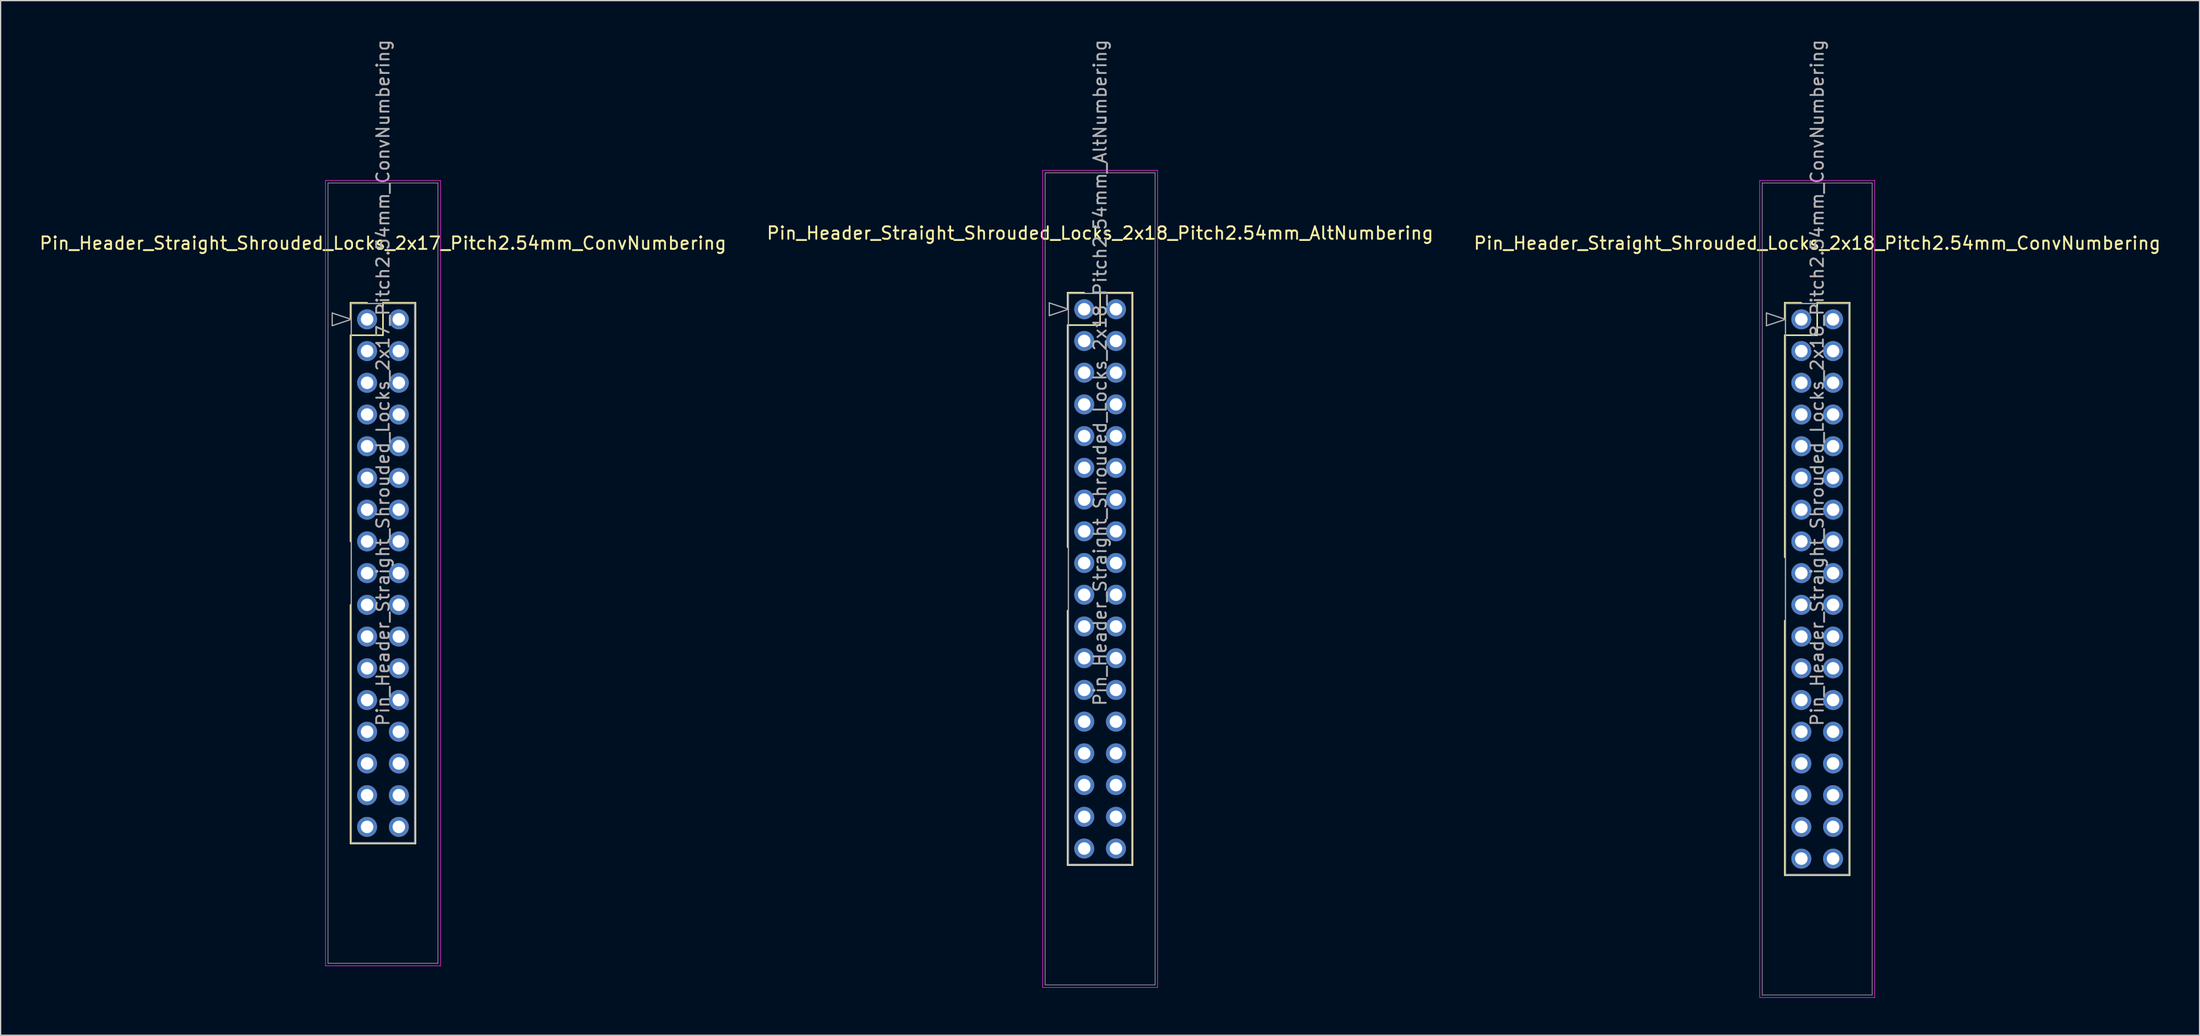
<source format=kicad_pcb>
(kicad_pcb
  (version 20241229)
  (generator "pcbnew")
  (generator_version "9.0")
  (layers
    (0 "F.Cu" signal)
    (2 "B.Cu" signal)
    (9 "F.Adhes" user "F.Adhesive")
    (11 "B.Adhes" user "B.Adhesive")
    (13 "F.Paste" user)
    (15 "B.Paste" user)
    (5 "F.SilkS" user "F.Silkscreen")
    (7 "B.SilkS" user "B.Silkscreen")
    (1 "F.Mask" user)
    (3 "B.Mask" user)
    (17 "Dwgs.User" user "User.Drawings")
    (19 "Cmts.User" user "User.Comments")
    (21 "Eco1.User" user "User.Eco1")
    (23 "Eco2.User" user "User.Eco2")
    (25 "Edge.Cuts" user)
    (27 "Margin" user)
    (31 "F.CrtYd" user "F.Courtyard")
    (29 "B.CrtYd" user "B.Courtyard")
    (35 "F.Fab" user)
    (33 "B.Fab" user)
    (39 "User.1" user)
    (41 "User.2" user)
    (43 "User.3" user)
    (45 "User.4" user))
  (footprint "Pin_Header_Straight_Shrouded_Locks_2x17_Pitch2.54mm_ConvNumbering"
    (layer "F.Cu")
    (at 26.331 22.521)
    (property "Reference" "Pin_Header_Straight_Shrouded_Locks_2x17_Pitch2.54mm_ConvNumbering" (at 1.27 -6.096 0) (layer "F.SilkS") (effects (font (size 1 1) (thickness 0.15))))
    (attr through_hole)
    (fp_line (start -1.33 -1.33) (end 0 -1.33) (stroke (width 0.12) (type solid)) (layer "F.SilkS"))
    (fp_line (start -1.33 0) (end -1.33 -1.33) (stroke (width 0.12) (type solid)) (layer "F.SilkS"))
    (fp_line (start -1.33 1.27) (end -1.33 17.78) (stroke (width 0.12) (type solid)) (layer "F.SilkS"))
    (fp_line (start -1.33 1.27) (end 1.27 1.27) (stroke (width 0.12) (type solid)) (layer "F.SilkS"))
    (fp_line (start -1.33 22.86) (end -1.33 41.97) (stroke (width 0.12) (type solid)) (layer "F.SilkS"))
    (fp_line (start -1.33 41.97) (end 3.87 41.97) (stroke (width 0.12) (type solid)) (layer "F.SilkS"))
    (fp_line (start 1.27 -1.33) (end 3.87 -1.33) (stroke (width 0.12) (type solid)) (layer "F.SilkS"))
    (fp_line (start 1.27 1.27) (end 1.27 -1.33) (stroke (width 0.12) (type solid)) (layer "F.SilkS"))
    (fp_line (start 3.87 -1.33) (end 3.87 41.97) (stroke (width 0.12) (type solid)) (layer "F.SilkS"))
    (fp_line (start -3.33 -11.12) (end -3.33 51.76) (stroke (width 0.05) (type solid)) (layer "F.CrtYd"))
    (fp_line (start -3.33 51.76) (end 5.87 51.76) (stroke (width 0.05) (type solid)) (layer "F.CrtYd"))
    (fp_line (start 5.87 -11.12) (end -3.33 -11.12) (stroke (width 0.05) (type solid)) (layer "F.CrtYd"))
    (fp_line (start 5.87 51.76) (end 5.87 -11.12) (stroke (width 0.05) (type solid)) (layer "F.CrtYd"))
    (fp_line (start -3.13 -10.92) (end -3.13 51.56) (stroke (width 0.05) (type solid)) (layer "F.Fab"))
    (fp_line (start -3.13 51.56) (end 5.67 51.56) (stroke (width 0.05) (type solid)) (layer "F.Fab"))
    (fp_line (start -2.794 -0.508) (end -1.27 0) (stroke (width 0.1) (type solid)) (layer "F.Fab"))
    (fp_line (start -2.794 0.508) (end -2.794 -0.508) (stroke (width 0.1) (type solid)) (layer "F.Fab"))
    (fp_line (start -1.27 -1.27) (end -1.27 41.91) (stroke (width 0.1) (type solid)) (layer "F.Fab"))
    (fp_line (start -1.27 0) (end -2.794 0.508) (stroke (width 0.1) (type solid)) (layer "F.Fab"))
    (fp_line (start -1.27 41.91) (end 3.81 41.91) (stroke (width 0.1) (type solid)) (layer "F.Fab"))
    (fp_line (start 3.81 -1.27) (end -1.27 -1.27) (stroke (width 0.1) (type solid)) (layer "F.Fab"))
    (fp_line (start 3.81 41.91) (end 3.81 -1.27) (stroke (width 0.1) (type solid)) (layer "F.Fab"))
    (fp_line (start 5.67 -10.92) (end -3.13 -10.92) (stroke (width 0.05) (type solid)) (layer "F.Fab"))
    (fp_line (start 5.67 51.56) (end 5.67 -10.92) (stroke (width 0.05) (type solid)) (layer "F.Fab"))
    (fp_text user "${REFERENCE}" (at 1.27 5.08 90) (layer "F.Fab") (effects (font (size 1 1) (thickness 0.15))))
    (pad "1" thru_hole oval (at 0 0) (size 1.6 1.6) (drill 1) (layers "*.Cu" "*.Mask"))
    (pad "2" thru_hole oval (at 2.54 0) (size 1.6 1.6) (drill 1) (layers "*.Cu" "*.Mask"))
    (pad "3" thru_hole oval (at 0 2.54) (size 1.6 1.6) (drill 1) (layers "*.Cu" "*.Mask"))
    (pad "4" thru_hole oval (at 2.54 2.54) (size 1.6 1.6) (drill 1) (layers "*.Cu" "*.Mask"))
    (pad "5" thru_hole oval (at 0 5.08) (size 1.6 1.6) (drill 1) (layers "*.Cu" "*.Mask"))
    (pad "6" thru_hole oval (at 2.54 5.08) (size 1.6 1.6) (drill 1) (layers "*.Cu" "*.Mask"))
    (pad "7" thru_hole oval (at 0 7.62) (size 1.6 1.6) (drill 1) (layers "*.Cu" "*.Mask"))
    (pad "8" thru_hole oval (at 2.54 7.62) (size 1.6 1.6) (drill 1) (layers "*.Cu" "*.Mask"))
    (pad "9" thru_hole oval (at 0 10.16) (size 1.6 1.6) (drill 1) (layers "*.Cu" "*.Mask"))
    (pad "10" thru_hole oval (at 2.54 10.16) (size 1.6 1.6) (drill 1) (layers "*.Cu" "*.Mask"))
    (pad "11" thru_hole oval (at 0 12.7) (size 1.6 1.6) (drill 1) (layers "*.Cu" "*.Mask"))
    (pad "12" thru_hole oval (at 2.54 12.7) (size 1.6 1.6) (drill 1) (layers "*.Cu" "*.Mask"))
    (pad "13" thru_hole oval (at 0 15.24) (size 1.6 1.6) (drill 1) (layers "*.Cu" "*.Mask"))
    (pad "14" thru_hole oval (at 2.54 15.24) (size 1.6 1.6) (drill 1) (layers "*.Cu" "*.Mask"))
    (pad "15" thru_hole oval (at 0 17.78) (size 1.6 1.6) (drill 1) (layers "*.Cu" "*.Mask"))
    (pad "16" thru_hole oval (at 2.54 17.78) (size 1.6 1.6) (drill 1) (layers "*.Cu" "*.Mask"))
    (pad "17" thru_hole oval (at 0 20.32) (size 1.6 1.6) (drill 1) (layers "*.Cu" "*.Mask"))
    (pad "18" thru_hole oval (at 2.54 20.32) (size 1.6 1.6) (drill 1) (layers "*.Cu" "*.Mask"))
    (pad "19" thru_hole oval (at 0 22.86) (size 1.6 1.6) (drill 1) (layers "*.Cu" "*.Mask"))
    (pad "20" thru_hole oval (at 2.54 22.86) (size 1.6 1.6) (drill 1) (layers "*.Cu" "*.Mask"))
    (pad "21" thru_hole oval (at 0 25.4) (size 1.6 1.6) (drill 1) (layers "*.Cu" "*.Mask"))
    (pad "22" thru_hole oval (at 2.54 25.4) (size 1.6 1.6) (drill 1) (layers "*.Cu" "*.Mask"))
    (pad "23" thru_hole oval (at 0 27.94) (size 1.6 1.6) (drill 1) (layers "*.Cu" "*.Mask"))
    (pad "24" thru_hole oval (at 2.54 27.94) (size 1.6 1.6) (drill 1) (layers "*.Cu" "*.Mask"))
    (pad "25" thru_hole oval (at 0 30.48) (size 1.6 1.6) (drill 1) (layers "*.Cu" "*.Mask"))
    (pad "26" thru_hole oval (at 2.54 30.48) (size 1.6 1.6) (drill 1) (layers "*.Cu" "*.Mask"))
    (pad "27" thru_hole oval (at 0 33.02) (size 1.6 1.6) (drill 1) (layers "*.Cu" "*.Mask"))
    (pad "28" thru_hole oval (at 2.54 33.02) (size 1.6 1.6) (drill 1) (layers "*.Cu" "*.Mask"))
    (pad "29" thru_hole oval (at 0 35.56) (size 1.6 1.6) (drill 1) (layers "*.Cu" "*.Mask"))
    (pad "30" thru_hole oval (at 2.54 35.56) (size 1.6 1.6) (drill 1) (layers "*.Cu" "*.Mask"))
    (pad "31" thru_hole oval (at 0 38.1) (size 1.6 1.6) (drill 1) (layers "*.Cu" "*.Mask"))
    (pad "32" thru_hole oval (at 2.54 38.1) (size 1.6 1.6) (drill 1) (layers "*.Cu" "*.Mask"))
    (pad "33" thru_hole oval (at 0 40.64) (size 1.6 1.6) (drill 1) (layers "*.Cu" "*.Mask"))
    (pad "34" thru_hole oval (at 2.54 40.64) (size 1.6 1.6) (drill 1) (layers "*.Cu" "*.Mask")))
  (footprint "Pin_Header_Straight_Shrouded_Locks_2x18_Pitch2.54mm_AltNumbering"
    (layer "F.Cu")
    (at 83.724 21.712)
    (property "Reference" "Pin_Header_Straight_Shrouded_Locks_2x18_Pitch2.54mm_AltNumbering" (at 1.27 -6.096 0) (layer "F.SilkS") (effects (font (size 1 1) (thickness 0.15))))
    (attr through_hole)
    (fp_line (start -1.33 -1.33) (end 0 -1.33) (stroke (width 0.12) (type solid)) (layer "F.SilkS"))
    (fp_line (start -1.33 0) (end -1.33 -1.33) (stroke (width 0.12) (type solid)) (layer "F.SilkS"))
    (fp_line (start -1.33 1.27) (end -1.33 19.05) (stroke (width 0.12) (type solid)) (layer "F.SilkS"))
    (fp_line (start -1.33 1.27) (end 1.27 1.27) (stroke (width 0.12) (type solid)) (layer "F.SilkS"))
    (fp_line (start -1.33 24.13) (end -1.33 44.51) (stroke (width 0.12) (type solid)) (layer "F.SilkS"))
    (fp_line (start -1.33 44.51) (end 3.87 44.51) (stroke (width 0.12) (type solid)) (layer "F.SilkS"))
    (fp_line (start 1.27 -1.33) (end 3.87 -1.33) (stroke (width 0.12) (type solid)) (layer "F.SilkS"))
    (fp_line (start 1.27 1.27) (end 1.27 -1.33) (stroke (width 0.12) (type solid)) (layer "F.SilkS"))
    (fp_line (start 3.87 -1.33) (end 3.87 44.51) (stroke (width 0.12) (type solid)) (layer "F.SilkS"))
    (fp_line (start -3.33 -11.12) (end -3.33 54.3) (stroke (width 0.05) (type solid)) (layer "F.CrtYd"))
    (fp_line (start -3.33 54.3) (end 5.87 54.3) (stroke (width 0.05) (type solid)) (layer "F.CrtYd"))
    (fp_line (start 5.87 -11.12) (end -3.33 -11.12) (stroke (width 0.05) (type solid)) (layer "F.CrtYd"))
    (fp_line (start 5.87 54.3) (end 5.87 -11.12) (stroke (width 0.05) (type solid)) (layer "F.CrtYd"))
    (fp_line (start -3.13 -10.92) (end -3.13 54.1) (stroke (width 0.05) (type solid)) (layer "F.Fab"))
    (fp_line (start -3.13 54.1) (end 5.67 54.1) (stroke (width 0.05) (type solid)) (layer "F.Fab"))
    (fp_line (start -2.794 -0.508) (end -1.27 0) (stroke (width 0.1) (type solid)) (layer "F.Fab"))
    (fp_line (start -2.794 0.508) (end -2.794 -0.508) (stroke (width 0.1) (type solid)) (layer "F.Fab"))
    (fp_line (start -1.27 -1.27) (end -1.27 44.45) (stroke (width 0.1) (type solid)) (layer "F.Fab"))
    (fp_line (start -1.27 0) (end -2.794 0.508) (stroke (width 0.1) (type solid)) (layer "F.Fab"))
    (fp_line (start -1.27 44.45) (end 3.81 44.45) (stroke (width 0.1) (type solid)) (layer "F.Fab"))
    (fp_line (start 3.81 -1.27) (end -1.27 -1.27) (stroke (width 0.1) (type solid)) (layer "F.Fab"))
    (fp_line (start 3.81 44.45) (end 3.81 -1.27) (stroke (width 0.1) (type solid)) (layer "F.Fab"))
    (fp_line (start 5.67 -10.92) (end -3.13 -10.92) (stroke (width 0.05) (type solid)) (layer "F.Fab"))
    (fp_line (start 5.67 54.1) (end 5.67 -10.92) (stroke (width 0.05) (type solid)) (layer "F.Fab"))
    (fp_text user "${REFERENCE}" (at 1.27 5.08 90) (layer "F.Fab") (effects (font (size 1 1) (thickness 0.15))))
    (pad "1" thru_hole oval (at 0 0) (size 1.6 1.6) (drill 1) (layers "*.Cu" "*.Mask"))
    (pad "2" thru_hole oval (at 0 2.54) (size 1.6 1.6) (drill 1) (layers "*.Cu" "*.Mask"))
    (pad "3" thru_hole oval (at 0 5.08) (size 1.6 1.6) (drill 1) (layers "*.Cu" "*.Mask"))
    (pad "4" thru_hole oval (at 0 7.62) (size 1.6 1.6) (drill 1) (layers "*.Cu" "*.Mask"))
    (pad "5" thru_hole oval (at 0 10.16) (size 1.6 1.6) (drill 1) (layers "*.Cu" "*.Mask"))
    (pad "6" thru_hole oval (at 0 12.7) (size 1.6 1.6) (drill 1) (layers "*.Cu" "*.Mask"))
    (pad "7" thru_hole oval (at 0 15.24) (size 1.6 1.6) (drill 1) (layers "*.Cu" "*.Mask"))
    (pad "8" thru_hole oval (at 0 17.78) (size 1.6 1.6) (drill 1) (layers "*.Cu" "*.Mask"))
    (pad "9" thru_hole oval (at 0 20.32) (size 1.6 1.6) (drill 1) (layers "*.Cu" "*.Mask"))
    (pad "10" thru_hole oval (at 0 22.86) (size 1.6 1.6) (drill 1) (layers "*.Cu" "*.Mask"))
    (pad "11" thru_hole oval (at 0 25.4) (size 1.6 1.6) (drill 1) (layers "*.Cu" "*.Mask"))
    (pad "12" thru_hole oval (at 0 27.94) (size 1.6 1.6) (drill 1) (layers "*.Cu" "*.Mask"))
    (pad "13" thru_hole oval (at 0 30.48) (size 1.6 1.6) (drill 1) (layers "*.Cu" "*.Mask"))
    (pad "14" thru_hole oval (at 0 33.02) (size 1.6 1.6) (drill 1) (layers "*.Cu" "*.Mask"))
    (pad "15" thru_hole oval (at 0 35.56) (size 1.6 1.6) (drill 1) (layers "*.Cu" "*.Mask"))
    (pad "16" thru_hole oval (at 0 38.1) (size 1.6 1.6) (drill 1) (layers "*.Cu" "*.Mask"))
    (pad "17" thru_hole oval (at 0 40.64) (size 1.6 1.6) (drill 1) (layers "*.Cu" "*.Mask"))
    (pad "18" thru_hole oval (at 0 43.18) (size 1.6 1.6) (drill 1) (layers "*.Cu" "*.Mask"))
    (pad "19" thru_hole oval (at 2.54 0) (size 1.6 1.6) (drill 1) (layers "*.Cu" "*.Mask"))
    (pad "20" thru_hole oval (at 2.54 2.54) (size 1.6 1.6) (drill 1) (layers "*.Cu" "*.Mask"))
    (pad "21" thru_hole oval (at 2.54 5.08) (size 1.6 1.6) (drill 1) (layers "*.Cu" "*.Mask"))
    (pad "22" thru_hole oval (at 2.54 7.62) (size 1.6 1.6) (drill 1) (layers "*.Cu" "*.Mask"))
    (pad "23" thru_hole oval (at 2.54 10.16) (size 1.6 1.6) (drill 1) (layers "*.Cu" "*.Mask"))
    (pad "24" thru_hole oval (at 2.54 12.7) (size 1.6 1.6) (drill 1) (layers "*.Cu" "*.Mask"))
    (pad "25" thru_hole oval (at 2.54 15.24) (size 1.6 1.6) (drill 1) (layers "*.Cu" "*.Mask"))
    (pad "26" thru_hole oval (at 2.54 17.78) (size 1.6 1.6) (drill 1) (layers "*.Cu" "*.Mask"))
    (pad "27" thru_hole oval (at 2.54 20.32) (size 1.6 1.6) (drill 1) (layers "*.Cu" "*.Mask"))
    (pad "28" thru_hole oval (at 2.54 22.86) (size 1.6 1.6) (drill 1) (layers "*.Cu" "*.Mask"))
    (pad "29" thru_hole oval (at 2.54 25.4) (size 1.6 1.6) (drill 1) (layers "*.Cu" "*.Mask"))
    (pad "30" thru_hole oval (at 2.54 27.94) (size 1.6 1.6) (drill 1) (layers "*.Cu" "*.Mask"))
    (pad "31" thru_hole oval (at 2.54 30.48) (size 1.6 1.6) (drill 1) (layers "*.Cu" "*.Mask"))
    (pad "32" thru_hole oval (at 2.54 33.02) (size 1.6 1.6) (drill 1) (layers "*.Cu" "*.Mask"))
    (pad "33" thru_hole oval (at 2.54 35.56) (size 1.6 1.6) (drill 1) (layers "*.Cu" "*.Mask"))
    (pad "34" thru_hole oval (at 2.54 38.1) (size 1.6 1.6) (drill 1) (layers "*.Cu" "*.Mask"))
    (pad "35" thru_hole oval (at 2.54 40.64) (size 1.6 1.6) (drill 1) (layers "*.Cu" "*.Mask"))
    (pad "36" thru_hole oval (at 2.54 43.18) (size 1.6 1.6) (drill 1) (layers "*.Cu" "*.Mask")))
  (footprint "Pin_Header_Straight_Shrouded_Locks_2x18_Pitch2.54mm_ConvNumbering"
    (layer "F.Cu")
    (at 141.117 22.521)
    (property "Reference" "Pin_Header_Straight_Shrouded_Locks_2x18_Pitch2.54mm_ConvNumbering" (at 1.27 -6.096 0) (layer "F.SilkS") (effects (font (size 1 1) (thickness 0.15))))
    (attr through_hole)
    (fp_line (start -1.33 -1.33) (end 0 -1.33) (stroke (width 0.12) (type solid)) (layer "F.SilkS"))
    (fp_line (start -1.33 0) (end -1.33 -1.33) (stroke (width 0.12) (type solid)) (layer "F.SilkS"))
    (fp_line (start -1.33 1.27) (end -1.33 19.05) (stroke (width 0.12) (type solid)) (layer "F.SilkS"))
    (fp_line (start -1.33 1.27) (end 1.27 1.27) (stroke (width 0.12) (type solid)) (layer "F.SilkS"))
    (fp_line (start -1.33 24.13) (end -1.33 44.51) (stroke (width 0.12) (type solid)) (layer "F.SilkS"))
    (fp_line (start -1.33 44.51) (end 3.87 44.51) (stroke (width 0.12) (type solid)) (layer "F.SilkS"))
    (fp_line (start 1.27 -1.33) (end 3.87 -1.33) (stroke (width 0.12) (type solid)) (layer "F.SilkS"))
    (fp_line (start 1.27 1.27) (end 1.27 -1.33) (stroke (width 0.12) (type solid)) (layer "F.SilkS"))
    (fp_line (start 3.87 -1.33) (end 3.87 44.51) (stroke (width 0.12) (type solid)) (layer "F.SilkS"))
    (fp_line (start -3.33 -11.12) (end -3.33 54.3) (stroke (width 0.05) (type solid)) (layer "F.CrtYd"))
    (fp_line (start -3.33 54.3) (end 5.87 54.3) (stroke (width 0.05) (type solid)) (layer "F.CrtYd"))
    (fp_line (start 5.87 -11.12) (end -3.33 -11.12) (stroke (width 0.05) (type solid)) (layer "F.CrtYd"))
    (fp_line (start 5.87 54.3) (end 5.87 -11.12) (stroke (width 0.05) (type solid)) (layer "F.CrtYd"))
    (fp_line (start -3.13 -10.92) (end -3.13 54.1) (stroke (width 0.05) (type solid)) (layer "F.Fab"))
    (fp_line (start -3.13 54.1) (end 5.67 54.1) (stroke (width 0.05) (type solid)) (layer "F.Fab"))
    (fp_line (start -2.794 -0.508) (end -1.27 0) (stroke (width 0.1) (type solid)) (layer "F.Fab"))
    (fp_line (start -2.794 0.508) (end -2.794 -0.508) (stroke (width 0.1) (type solid)) (layer "F.Fab"))
    (fp_line (start -1.27 -1.27) (end -1.27 44.45) (stroke (width 0.1) (type solid)) (layer "F.Fab"))
    (fp_line (start -1.27 0) (end -2.794 0.508) (stroke (width 0.1) (type solid)) (layer "F.Fab"))
    (fp_line (start -1.27 44.45) (end 3.81 44.45) (stroke (width 0.1) (type solid)) (layer "F.Fab"))
    (fp_line (start 3.81 -1.27) (end -1.27 -1.27) (stroke (width 0.1) (type solid)) (layer "F.Fab"))
    (fp_line (start 3.81 44.45) (end 3.81 -1.27) (stroke (width 0.1) (type solid)) (layer "F.Fab"))
    (fp_line (start 5.67 -10.92) (end -3.13 -10.92) (stroke (width 0.05) (type solid)) (layer "F.Fab"))
    (fp_line (start 5.67 54.1) (end 5.67 -10.92) (stroke (width 0.05) (type solid)) (layer "F.Fab"))
    (fp_text user "${REFERENCE}" (at 1.27 5.08 90) (layer "F.Fab") (effects (font (size 1 1) (thickness 0.15))))
    (pad "1" thru_hole oval (at 0 0) (size 1.6 1.6) (drill 1) (layers "*.Cu" "*.Mask"))
    (pad "2" thru_hole oval (at 2.54 0) (size 1.6 1.6) (drill 1) (layers "*.Cu" "*.Mask"))
    (pad "3" thru_hole oval (at 0 2.54) (size 1.6 1.6) (drill 1) (layers "*.Cu" "*.Mask"))
    (pad "4" thru_hole oval (at 2.54 2.54) (size 1.6 1.6) (drill 1) (layers "*.Cu" "*.Mask"))
    (pad "5" thru_hole oval (at 0 5.08) (size 1.6 1.6) (drill 1) (layers "*.Cu" "*.Mask"))
    (pad "6" thru_hole oval (at 2.54 5.08) (size 1.6 1.6) (drill 1) (layers "*.Cu" "*.Mask"))
    (pad "7" thru_hole oval (at 0 7.62) (size 1.6 1.6) (drill 1) (layers "*.Cu" "*.Mask"))
    (pad "8" thru_hole oval (at 2.54 7.62) (size 1.6 1.6) (drill 1) (layers "*.Cu" "*.Mask"))
    (pad "9" thru_hole oval (at 0 10.16) (size 1.6 1.6) (drill 1) (layers "*.Cu" "*.Mask"))
    (pad "10" thru_hole oval (at 2.54 10.16) (size 1.6 1.6) (drill 1) (layers "*.Cu" "*.Mask"))
    (pad "11" thru_hole oval (at 0 12.7) (size 1.6 1.6) (drill 1) (layers "*.Cu" "*.Mask"))
    (pad "12" thru_hole oval (at 2.54 12.7) (size 1.6 1.6) (drill 1) (layers "*.Cu" "*.Mask"))
    (pad "13" thru_hole oval (at 0 15.24) (size 1.6 1.6) (drill 1) (layers "*.Cu" "*.Mask"))
    (pad "14" thru_hole oval (at 2.54 15.24) (size 1.6 1.6) (drill 1) (layers "*.Cu" "*.Mask"))
    (pad "15" thru_hole oval (at 0 17.78) (size 1.6 1.6) (drill 1) (layers "*.Cu" "*.Mask"))
    (pad "16" thru_hole oval (at 2.54 17.78) (size 1.6 1.6) (drill 1) (layers "*.Cu" "*.Mask"))
    (pad "17" thru_hole oval (at 0 20.32) (size 1.6 1.6) (drill 1) (layers "*.Cu" "*.Mask"))
    (pad "18" thru_hole oval (at 2.54 20.32) (size 1.6 1.6) (drill 1) (layers "*.Cu" "*.Mask"))
    (pad "19" thru_hole oval (at 0 22.86) (size 1.6 1.6) (drill 1) (layers "*.Cu" "*.Mask"))
    (pad "20" thru_hole oval (at 2.54 22.86) (size 1.6 1.6) (drill 1) (layers "*.Cu" "*.Mask"))
    (pad "21" thru_hole oval (at 0 25.4) (size 1.6 1.6) (drill 1) (layers "*.Cu" "*.Mask"))
    (pad "22" thru_hole oval (at 2.54 25.4) (size 1.6 1.6) (drill 1) (layers "*.Cu" "*.Mask"))
    (pad "23" thru_hole oval (at 0 27.94) (size 1.6 1.6) (drill 1) (layers "*.Cu" "*.Mask"))
    (pad "24" thru_hole oval (at 2.54 27.94) (size 1.6 1.6) (drill 1) (layers "*.Cu" "*.Mask"))
    (pad "25" thru_hole oval (at 0 30.48) (size 1.6 1.6) (drill 1) (layers "*.Cu" "*.Mask"))
    (pad "26" thru_hole oval (at 2.54 30.48) (size 1.6 1.6) (drill 1) (layers "*.Cu" "*.Mask"))
    (pad "27" thru_hole oval (at 0 33.02) (size 1.6 1.6) (drill 1) (layers "*.Cu" "*.Mask"))
    (pad "28" thru_hole oval (at 2.54 33.02) (size 1.6 1.6) (drill 1) (layers "*.Cu" "*.Mask"))
    (pad "29" thru_hole oval (at 0 35.56) (size 1.6 1.6) (drill 1) (layers "*.Cu" "*.Mask"))
    (pad "30" thru_hole oval (at 2.54 35.56) (size 1.6 1.6) (drill 1) (layers "*.Cu" "*.Mask"))
    (pad "31" thru_hole oval (at 0 38.1) (size 1.6 1.6) (drill 1) (layers "*.Cu" "*.Mask"))
    (pad "32" thru_hole oval (at 2.54 38.1) (size 1.6 1.6) (drill 1) (layers "*.Cu" "*.Mask"))
    (pad "33" thru_hole oval (at 0 40.64) (size 1.6 1.6) (drill 1) (layers "*.Cu" "*.Mask"))
    (pad "34" thru_hole oval (at 2.54 40.64) (size 1.6 1.6) (drill 1) (layers "*.Cu" "*.Mask"))
    (pad "35" thru_hole oval (at 0 43.18) (size 1.6 1.6) (drill 1) (layers "*.Cu" "*.Mask"))
    (pad "36" thru_hole oval (at 2.54 43.18) (size 1.6 1.6) (drill 1) (layers "*.Cu" "*.Mask")))
  (gr_rect
    (start -3 -3)
    (end 172.988 79.846)
    (stroke (width 0.1) (type default))
    (fill no)
    (layer "Edge.Cuts")))
</source>
